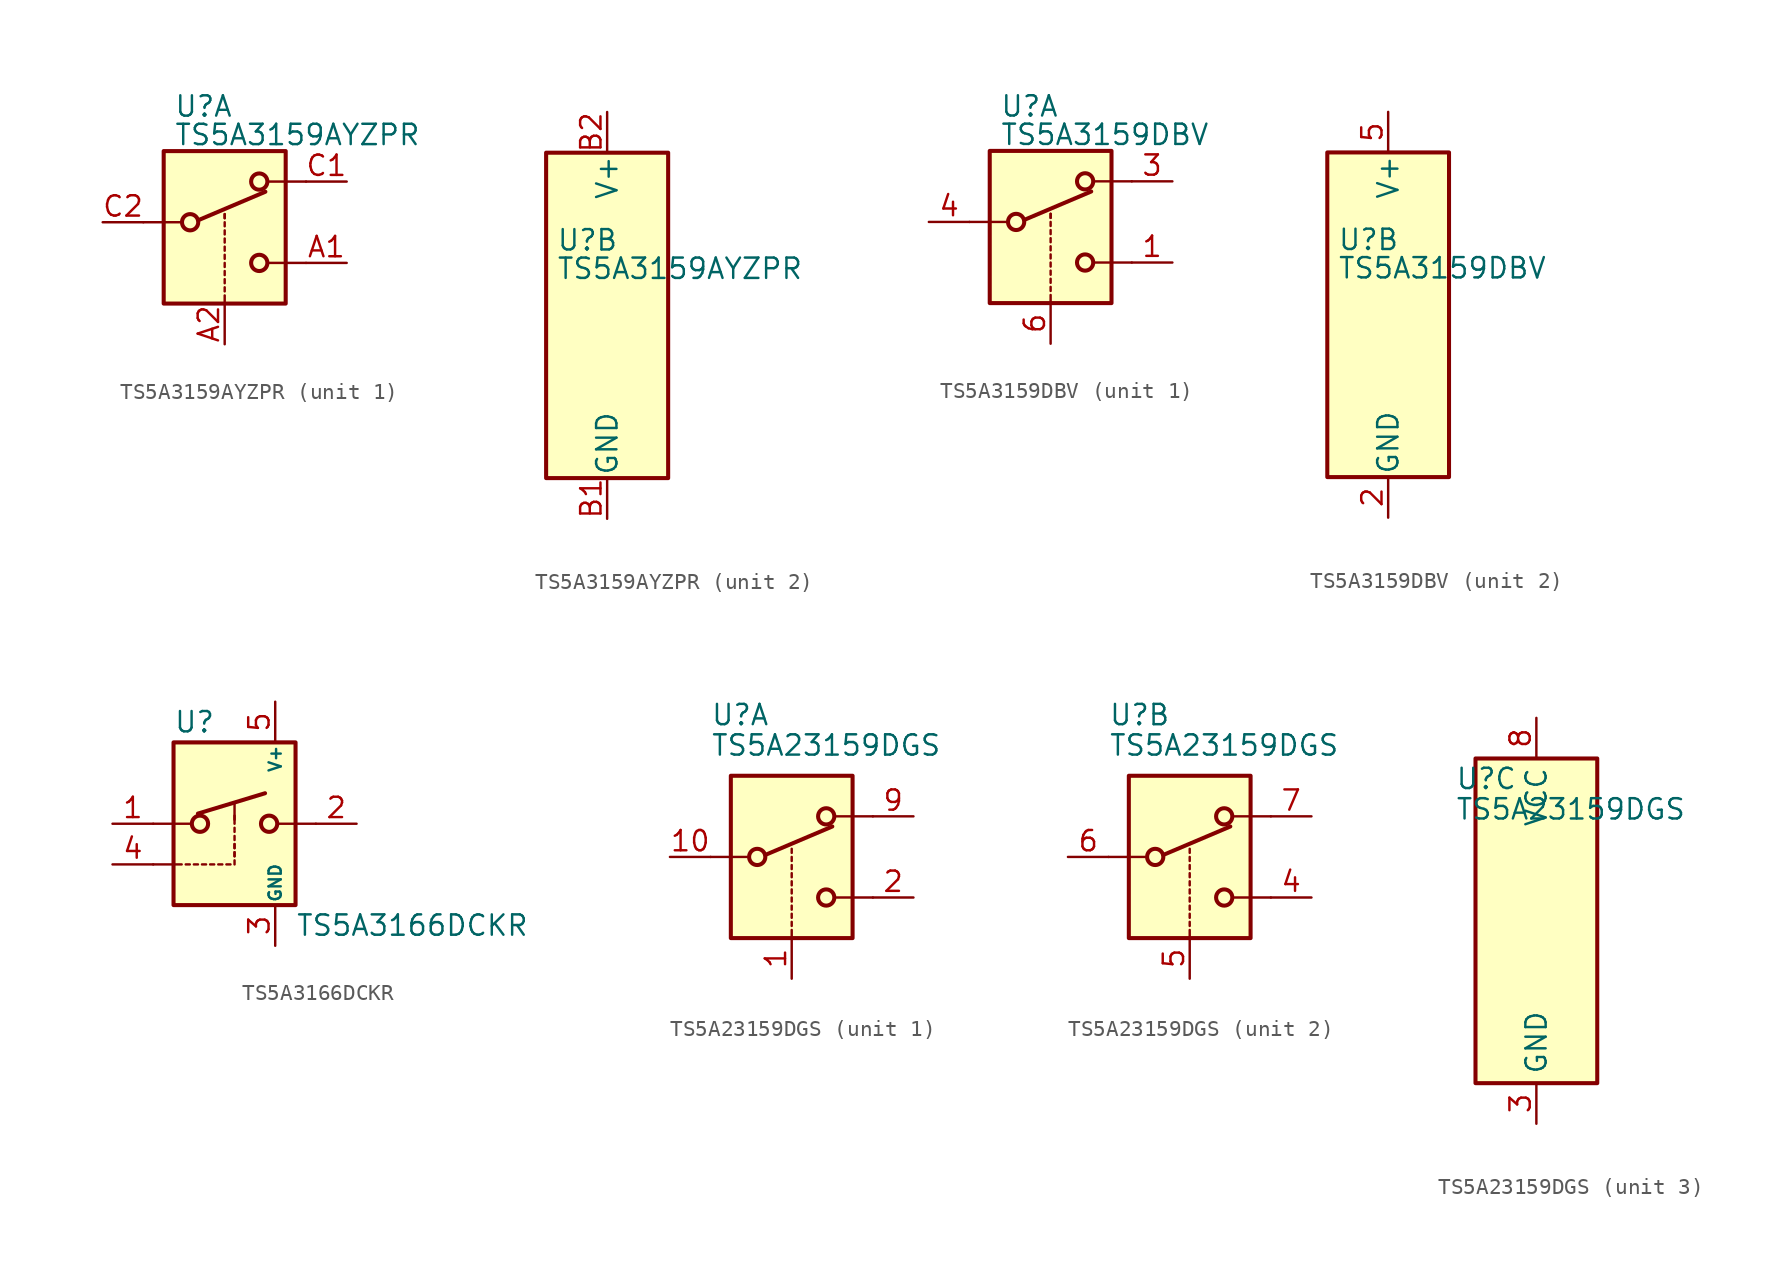
<source format=kicad_sym>
(kicad_symbol_lib
  (version 20220914)
  (generator kicad_symbol_editor)
  (symbol "TS5A3159AYZPR"
    (pin_names
      (offset 0.127))
    (property "Reference" "U"
      (at -3.175 4.699 0)
      (effects (font (size 1.27 1.27)) (justify left)))
    (property "Value" "TS5A3159AYZPR"
      (at -3.175 2.921 0)
      (effects (font (size 1.27 1.27)) (justify left)))
    (symbol "TS5A3159AYZPR_1_1"
      (rectangle (start -3.81 1.905) (end 3.81 -7.62) (stroke (width 0.254) (type default)) (fill (type background)))
      (circle (center -2.159 -2.54) (radius 0.508) (stroke (width 0.254) (type default)) (fill (type none)))
      (polyline (pts (xy -5.08 -2.54) (xy -2.794 -2.54)) (stroke (width 0) (type default)) (fill (type none)))
      (polyline (pts (xy -1.651 -2.413) (xy 2.54 -0.635)) (stroke (width 0.254) (type default)) (fill (type none)))
      (polyline (pts (xy 0 -7.62) (xy 0 -7.112)) (stroke (width 0) (type default)) (fill (type none)))
      (polyline (pts (xy 0 -6.858) (xy 0 -6.604)) (stroke (width 0) (type default)) (fill (type none)))
      (polyline (pts (xy 0 -6.35) (xy 0 -6.096)) (stroke (width 0) (type default)) (fill (type none)))
      (polyline (pts (xy 0 -5.842) (xy 0 -5.588)) (stroke (width 0) (type default)) (fill (type none)))
      (polyline (pts (xy 0 -5.334) (xy 0 -5.08)) (stroke (width 0) (type default)) (fill (type none)))
      (polyline (pts (xy 0 -4.826) (xy 0 -4.572)) (stroke (width 0) (type default)) (fill (type none)))
      (polyline (pts (xy 0 -4.318) (xy 0 -4.064)) (stroke (width 0) (type default)) (fill (type none)))
      (polyline (pts (xy 0 -3.81) (xy 0 -3.556)) (stroke (width 0) (type default)) (fill (type none)))
      (polyline (pts (xy 0 -3.302) (xy 0 -3.048)) (stroke (width 0) (type default)) (fill (type none)))
      (polyline (pts (xy 0 -2.794) (xy 0 -2.54)) (stroke (width 0) (type default)) (fill (type none)))
      (polyline (pts (xy 0 -2.286) (xy 0 -2.032)) (stroke (width 0) (type default)) (fill (type none)))
      (polyline (pts (xy 0 -2.286) (xy 0 -2.032)) (stroke (width 0) (type default)) (fill (type none)))
      (polyline (pts (xy 5.08 -5.08) (xy 2.794 -5.08)) (stroke (width 0) (type default)) (fill (type none)))
      (polyline (pts (xy 5.08 0) (xy 2.794 0)) (stroke (width 0) (type default)) (fill (type none)))
      (circle (center 2.159 -5.08) (radius 0.508) (stroke (width 0.254) (type default)) (fill (type none)))
      (circle (center 2.159 0) (radius 0.508) (stroke (width 0.254) (type default)) (fill (type none)))
      (pin passive line (at 7.62 -5.08 180) (length 2.54) (name "~" (effects (font (size 1.27 1.27)))) (number "A1" (effects (font (size 1.27 1.27)))))
      (pin input line (at 0 -10.16 90) (length 2.54) (name "~" (effects (font (size 1.27 1.27)))) (number "A2" (effects (font (size 1.27 1.27)))))
      (pin passive line (at 7.62 0 180) (length 2.54) (name "~" (effects (font (size 1.27 1.27)))) (number "C1" (effects (font (size 1.27 1.27)))))
      (pin passive line (at -7.62 -2.54 0) (length 2.54) (name "~" (effects (font (size 1.27 1.27)))) (number "C2" (effects (font (size 1.27 1.27))))))
    (symbol "TS5A3159AYZPR_2_0"
      (pin power_in line (at 0 -12.7 90) (length 2.54) (name "GND" (effects (font (size 1.27 1.27)))) (number "B1" (effects (font (size 1.27 1.27)))))
      (pin power_in line (at 0 12.7 270) (length 2.54) (name "V+" (effects (font (size 1.27 1.27)))) (number "B2" (effects (font (size 1.27 1.27))))))
    (symbol "TS5A3159AYZPR_2_1"
      (rectangle (start -3.81 10.16) (end 3.81 -10.16) (stroke (width 0.254) (type default)) (fill (type background)))))
  (symbol "TS5A3159DBV"
    (pin_names
      (offset 0.127))
    (property "Reference" "U"
      (at -3.175 4.699 0)
      (effects (font (size 1.27 1.27)) (justify left)))
    (property "Value" "TS5A3159DBV"
      (at -3.175 2.921 0)
      (effects (font (size 1.27 1.27)) (justify left)))
    (symbol "TS5A3159DBV_1_1"
      (rectangle (start -3.81 1.905) (end 3.81 -7.62) (stroke (width 0.254) (type default)) (fill (type background)))
      (circle (center -2.159 -2.54) (radius 0.508) (stroke (width 0.254) (type default)) (fill (type none)))
      (polyline (pts (xy -5.08 -2.54) (xy -2.794 -2.54)) (stroke (width 0) (type default)) (fill (type none)))
      (polyline (pts (xy -1.651 -2.413) (xy 2.54 -0.635)) (stroke (width 0.254) (type default)) (fill (type none)))
      (polyline (pts (xy 0 -7.62) (xy 0 -7.112)) (stroke (width 0) (type default)) (fill (type none)))
      (polyline (pts (xy 0 -6.858) (xy 0 -6.604)) (stroke (width 0) (type default)) (fill (type none)))
      (polyline (pts (xy 0 -6.35) (xy 0 -6.096)) (stroke (width 0) (type default)) (fill (type none)))
      (polyline (pts (xy 0 -5.842) (xy 0 -5.588)) (stroke (width 0) (type default)) (fill (type none)))
      (polyline (pts (xy 0 -5.334) (xy 0 -5.08)) (stroke (width 0) (type default)) (fill (type none)))
      (polyline (pts (xy 0 -4.826) (xy 0 -4.572)) (stroke (width 0) (type default)) (fill (type none)))
      (polyline (pts (xy 0 -4.318) (xy 0 -4.064)) (stroke (width 0) (type default)) (fill (type none)))
      (polyline (pts (xy 0 -3.81) (xy 0 -3.556)) (stroke (width 0) (type default)) (fill (type none)))
      (polyline (pts (xy 0 -3.302) (xy 0 -3.048)) (stroke (width 0) (type default)) (fill (type none)))
      (polyline (pts (xy 0 -2.794) (xy 0 -2.54)) (stroke (width 0) (type default)) (fill (type none)))
      (polyline (pts (xy 0 -2.286) (xy 0 -2.032)) (stroke (width 0) (type default)) (fill (type none)))
      (polyline (pts (xy 0 -2.286) (xy 0 -2.032)) (stroke (width 0) (type default)) (fill (type none)))
      (polyline (pts (xy 5.08 -5.08) (xy 2.794 -5.08)) (stroke (width 0) (type default)) (fill (type none)))
      (polyline (pts (xy 5.08 0) (xy 2.794 0)) (stroke (width 0) (type default)) (fill (type none)))
      (circle (center 2.159 -5.08) (radius 0.508) (stroke (width 0.254) (type default)) (fill (type none)))
      (circle (center 2.159 0) (radius 0.508) (stroke (width 0.254) (type default)) (fill (type none)))
      (pin passive line (at 7.62 -5.08 180) (length 2.54) (name "~" (effects (font (size 1.27 1.27)))) (number "1" (effects (font (size 1.27 1.27)))))
      (pin passive line (at 7.62 0 180) (length 2.54) (name "~" (effects (font (size 1.27 1.27)))) (number "3" (effects (font (size 1.27 1.27)))))
      (pin passive line (at -7.62 -2.54 0) (length 2.54) (name "~" (effects (font (size 1.27 1.27)))) (number "4" (effects (font (size 1.27 1.27)))))
      (pin input line (at 0 -10.16 90) (length 2.54) (name "~" (effects (font (size 1.27 1.27)))) (number "6" (effects (font (size 1.27 1.27))))))
    (symbol "TS5A3159DBV_2_0"
      (pin power_in line (at 0 -12.7 90) (length 2.54) (name "GND" (effects (font (size 1.27 1.27)))) (number "2" (effects (font (size 1.27 1.27)))))
      (pin power_in line (at 0 12.7 270) (length 2.54) (name "V+" (effects (font (size 1.27 1.27)))) (number "5" (effects (font (size 1.27 1.27))))))
    (symbol "TS5A3159DBV_2_1"
      (rectangle (start -3.81 10.16) (end 3.81 -10.16) (stroke (width 0.254) (type default)) (fill (type background)))))
  (symbol "TS5A3166DCKR"
    (pin_names
      (offset 0.127))
    (property "Reference" "U"
      (at -3.81 6.35 0)
      (effects (font (size 1.27 1.27)) (justify left)))
    (property "Value" "TS5A3166DCKR"
      (at 3.81 -6.35 0)
      (effects (font (size 1.27 1.27)) (justify left)))
    (symbol "TS5A3166DCKR_0_1"
      (polyline (pts (xy -5.08 -2.54) (xy -3.302 -2.54)) (stroke (width 0) (type default)) (fill (type none)))
      (polyline (pts (xy -3.048 -2.54) (xy -2.794 -2.54)) (stroke (width 0) (type default)) (fill (type none)))
      (polyline (pts (xy -2.54 -2.54) (xy -2.286 -2.54)) (stroke (width 0) (type default)) (fill (type none)))
      (polyline (pts (xy -2.032 -2.54) (xy -1.778 -2.54)) (stroke (width 0) (type default)) (fill (type none)))
      (polyline (pts (xy -1.524 -2.54) (xy -1.27 -2.54)) (stroke (width 0) (type default)) (fill (type none)))
      (polyline (pts (xy -1.016 -2.54) (xy -0.762 -2.54)) (stroke (width 0) (type default)) (fill (type none)))
      (polyline (pts (xy -0.508 -2.54) (xy -0.254 -2.54)) (stroke (width 0) (type default)) (fill (type none)))
      (polyline (pts (xy 0 -2.032) (xy 0 -1.778)) (stroke (width 0) (type default)) (fill (type none)))
      (polyline (pts (xy 0 -1.524) (xy 0 -1.27)) (stroke (width 0) (type default)) (fill (type none))))
    (symbol "TS5A3166DCKR_1_1"
      (rectangle (start -3.81 5.08) (end 3.81 -5.08) (stroke (width 0.254) (type default)) (fill (type background)))
      (circle (center -2.159 0) (radius 0.508) (stroke (width 0.254) (type default)) (fill (type none)))
      (polyline (pts (xy -5.08 0) (xy -2.794 0)) (stroke (width 0) (type default)) (fill (type none)))
      (polyline (pts (xy -2.286 0.635) (xy 1.905 1.905)) (stroke (width 0.254) (type default)) (fill (type none)))
      (polyline (pts (xy 0 -2.54) (xy 0 -2.286)) (stroke (width 0) (type default)) (fill (type none)))
      (polyline (pts (xy 0 -2.032) (xy 0 -1.778)) (stroke (width 0) (type default)) (fill (type none)))
      (polyline (pts (xy 0 -1.524) (xy 0 -1.27)) (stroke (width 0) (type default)) (fill (type none)))
      (polyline (pts (xy 0 -1.016) (xy 0 -0.762)) (stroke (width 0) (type default)) (fill (type none)))
      (polyline (pts (xy 0 -0.508) (xy 0 -0.254)) (stroke (width 0) (type default)) (fill (type none)))
      (polyline (pts (xy 0 0) (xy 0 0.508)) (stroke (width 0) (type default)) (fill (type none)))
      (polyline (pts (xy 0 0.254) (xy 0 1.27)) (stroke (width 0) (type default)) (fill (type none)))
      (polyline (pts (xy 5.08 0) (xy 2.794 0)) (stroke (width 0) (type default)) (fill (type none)))
      (circle (center 2.159 0) (radius 0.508) (stroke (width 0.254) (type default)) (fill (type none)))
      (pin passive line (at -7.62 0 0) (length 2.54) (name "~" (effects (font (size 1.27 1.27)))) (number "1" (effects (font (size 1.27 1.27)))))
      (pin passive line (at 7.62 0 180) (length 2.54) (name "~" (effects (font (size 1.27 1.27)))) (number "2" (effects (font (size 1.27 1.27)))))
      (pin power_in line (at 2.54 -7.62 90) (length 2.54) (name "GND" (effects (font (size 0.762 0.762)))) (number "3" (effects (font (size 1.27 1.27)))))
      (pin input line (at -7.62 -2.54 0) (length 2.54) (name "~" (effects (font (size 1.27 1.27)))) (number "4" (effects (font (size 1.27 1.27)))))
      (pin power_in line (at 2.54 7.62 270) (length 2.54) (name "V+" (effects (font (size 0.762 0.762)))) (number "5" (effects (font (size 1.27 1.27)))))))
  (symbol "TS5A23159DGS"
    (property "Reference" "U"
      (at -5.08 8.89 0)
      (effects (font (size 1.27 1.27)) (justify left)))
    (property "Value" "TS5A23159DGS"
      (at -5.08 6.985 0)
      (effects (font (size 1.27 1.27)) (justify left)))
    (property "ki_locked" ""
      (at 0 0 0)
      (effects (font (size 1.27 1.27))))
    (symbol "TS5A23159DGS_1_1"
      (rectangle (start -3.81 5.08) (end 3.81 -5.08) (stroke (width 0.254) (type default)) (fill (type background)))
      (circle (center -2.159 0) (radius 0.508) (stroke (width 0.254) (type default)) (fill (type none)))
      (polyline (pts (xy -5.08 0) (xy -2.794 0)) (stroke (width 0) (type default)) (fill (type none)))
      (polyline (pts (xy -1.651 0.127) (xy 2.54 1.905)) (stroke (width 0.254) (type default)) (fill (type none)))
      (polyline (pts (xy 0 -5.08) (xy 0 -4.572)) (stroke (width 0) (type default)) (fill (type none)))
      (polyline (pts (xy 0 -4.318) (xy 0 -4.064)) (stroke (width 0) (type default)) (fill (type none)))
      (polyline (pts (xy 0 -3.81) (xy 0 -3.556)) (stroke (width 0) (type default)) (fill (type none)))
      (polyline (pts (xy 0 -3.302) (xy 0 -3.048)) (stroke (width 0) (type default)) (fill (type none)))
      (polyline (pts (xy 0 -2.794) (xy 0 -2.54)) (stroke (width 0) (type default)) (fill (type none)))
      (polyline (pts (xy 0 -2.286) (xy 0 -2.032)) (stroke (width 0) (type default)) (fill (type none)))
      (polyline (pts (xy 0 -1.778) (xy 0 -1.524)) (stroke (width 0) (type default)) (fill (type none)))
      (polyline (pts (xy 0 -1.27) (xy 0 -1.016)) (stroke (width 0) (type default)) (fill (type none)))
      (polyline (pts (xy 0 -0.762) (xy 0 -0.508)) (stroke (width 0) (type default)) (fill (type none)))
      (polyline (pts (xy 0 -0.254) (xy 0 0)) (stroke (width 0) (type default)) (fill (type none)))
      (polyline (pts (xy 0 0.254) (xy 0 0.508)) (stroke (width 0) (type default)) (fill (type none)))
      (polyline (pts (xy 5.08 -2.54) (xy 2.794 -2.54)) (stroke (width 0) (type default)) (fill (type none)))
      (polyline (pts (xy 5.08 2.54) (xy 2.794 2.54)) (stroke (width 0) (type default)) (fill (type none)))
      (circle (center 2.159 -2.54) (radius 0.508) (stroke (width 0.254) (type default)) (fill (type none)))
      (circle (center 2.159 2.54) (radius 0.508) (stroke (width 0.254) (type default)) (fill (type none)))
      (pin input line (at 0 -7.62 90) (length 2.54) (name "~" (effects (font (size 1.27 1.27)))) (number "1" (effects (font (size 1.27 1.27)))))
      (pin passive line (at -7.62 0 0) (length 2.54) (name "~" (effects (font (size 1.27 1.27)))) (number "10" (effects (font (size 1.27 1.27)))))
      (pin passive line (at 7.62 -2.54 180) (length 2.54) (name "~" (effects (font (size 1.27 1.27)))) (number "2" (effects (font (size 1.27 1.27)))))
      (pin passive line (at 7.62 2.54 180) (length 2.54) (name "~" (effects (font (size 1.27 1.27)))) (number "9" (effects (font (size 1.27 1.27))))))
    (symbol "TS5A23159DGS_2_1"
      (rectangle (start -3.81 5.08) (end 3.81 -5.08) (stroke (width 0.254) (type default)) (fill (type background)))
      (circle (center -2.159 0) (radius 0.508) (stroke (width 0.254) (type default)) (fill (type none)))
      (polyline (pts (xy -5.08 0) (xy -2.794 0)) (stroke (width 0) (type default)) (fill (type none)))
      (polyline (pts (xy -1.651 0.127) (xy 2.54 1.905)) (stroke (width 0.254) (type default)) (fill (type none)))
      (polyline (pts (xy 0 -5.08) (xy 0 -4.572)) (stroke (width 0) (type default)) (fill (type none)))
      (polyline (pts (xy 0 -4.318) (xy 0 -4.064)) (stroke (width 0) (type default)) (fill (type none)))
      (polyline (pts (xy 0 -3.81) (xy 0 -3.556)) (stroke (width 0) (type default)) (fill (type none)))
      (polyline (pts (xy 0 -3.302) (xy 0 -3.048)) (stroke (width 0) (type default)) (fill (type none)))
      (polyline (pts (xy 0 -2.794) (xy 0 -2.54)) (stroke (width 0) (type default)) (fill (type none)))
      (polyline (pts (xy 0 -2.286) (xy 0 -2.032)) (stroke (width 0) (type default)) (fill (type none)))
      (polyline (pts (xy 0 -1.778) (xy 0 -1.524)) (stroke (width 0) (type default)) (fill (type none)))
      (polyline (pts (xy 0 -1.27) (xy 0 -1.016)) (stroke (width 0) (type default)) (fill (type none)))
      (polyline (pts (xy 0 -0.762) (xy 0 -0.508)) (stroke (width 0) (type default)) (fill (type none)))
      (polyline (pts (xy 0 -0.254) (xy 0 0)) (stroke (width 0) (type default)) (fill (type none)))
      (polyline (pts (xy 0 0.254) (xy 0 0.508)) (stroke (width 0) (type default)) (fill (type none)))
      (polyline (pts (xy 5.08 -2.54) (xy 2.794 -2.54)) (stroke (width 0) (type default)) (fill (type none)))
      (polyline (pts (xy 5.08 2.54) (xy 2.794 2.54)) (stroke (width 0) (type default)) (fill (type none)))
      (circle (center 2.159 -2.54) (radius 0.508) (stroke (width 0.254) (type default)) (fill (type none)))
      (circle (center 2.159 2.54) (radius 0.508) (stroke (width 0.254) (type default)) (fill (type none)))
      (pin passive line (at 7.62 -2.54 180) (length 2.54) (name "~" (effects (font (size 1.27 1.27)))) (number "4" (effects (font (size 1.27 1.27)))))
      (pin input line (at 0 -7.62 90) (length 2.54) (name "~" (effects (font (size 1.27 1.27)))) (number "5" (effects (font (size 1.27 1.27)))))
      (pin passive line (at -7.62 0 0) (length 2.54) (name "~" (effects (font (size 1.27 1.27)))) (number "6" (effects (font (size 1.27 1.27)))))
      (pin passive line (at 7.62 2.54 180) (length 2.54) (name "~" (effects (font (size 1.27 1.27)))) (number "7" (effects (font (size 1.27 1.27))))))
    (symbol "TS5A23159DGS_3_1"
      (rectangle (start -3.81 10.16) (end 3.81 -10.16) (stroke (width 0.254) (type default)) (fill (type background)))
      (pin power_in line (at 0 -12.7 90) (length 2.54) (name "GND" (effects (font (size 1.27 1.27)))) (number "3" (effects (font (size 1.27 1.27)))))
      (pin power_in line (at 0 12.7 270) (length 2.54) (name "VCC" (effects (font (size 1.27 1.27)))) (number "8" (effects (font (size 1.27 1.27))))))))
</source>
